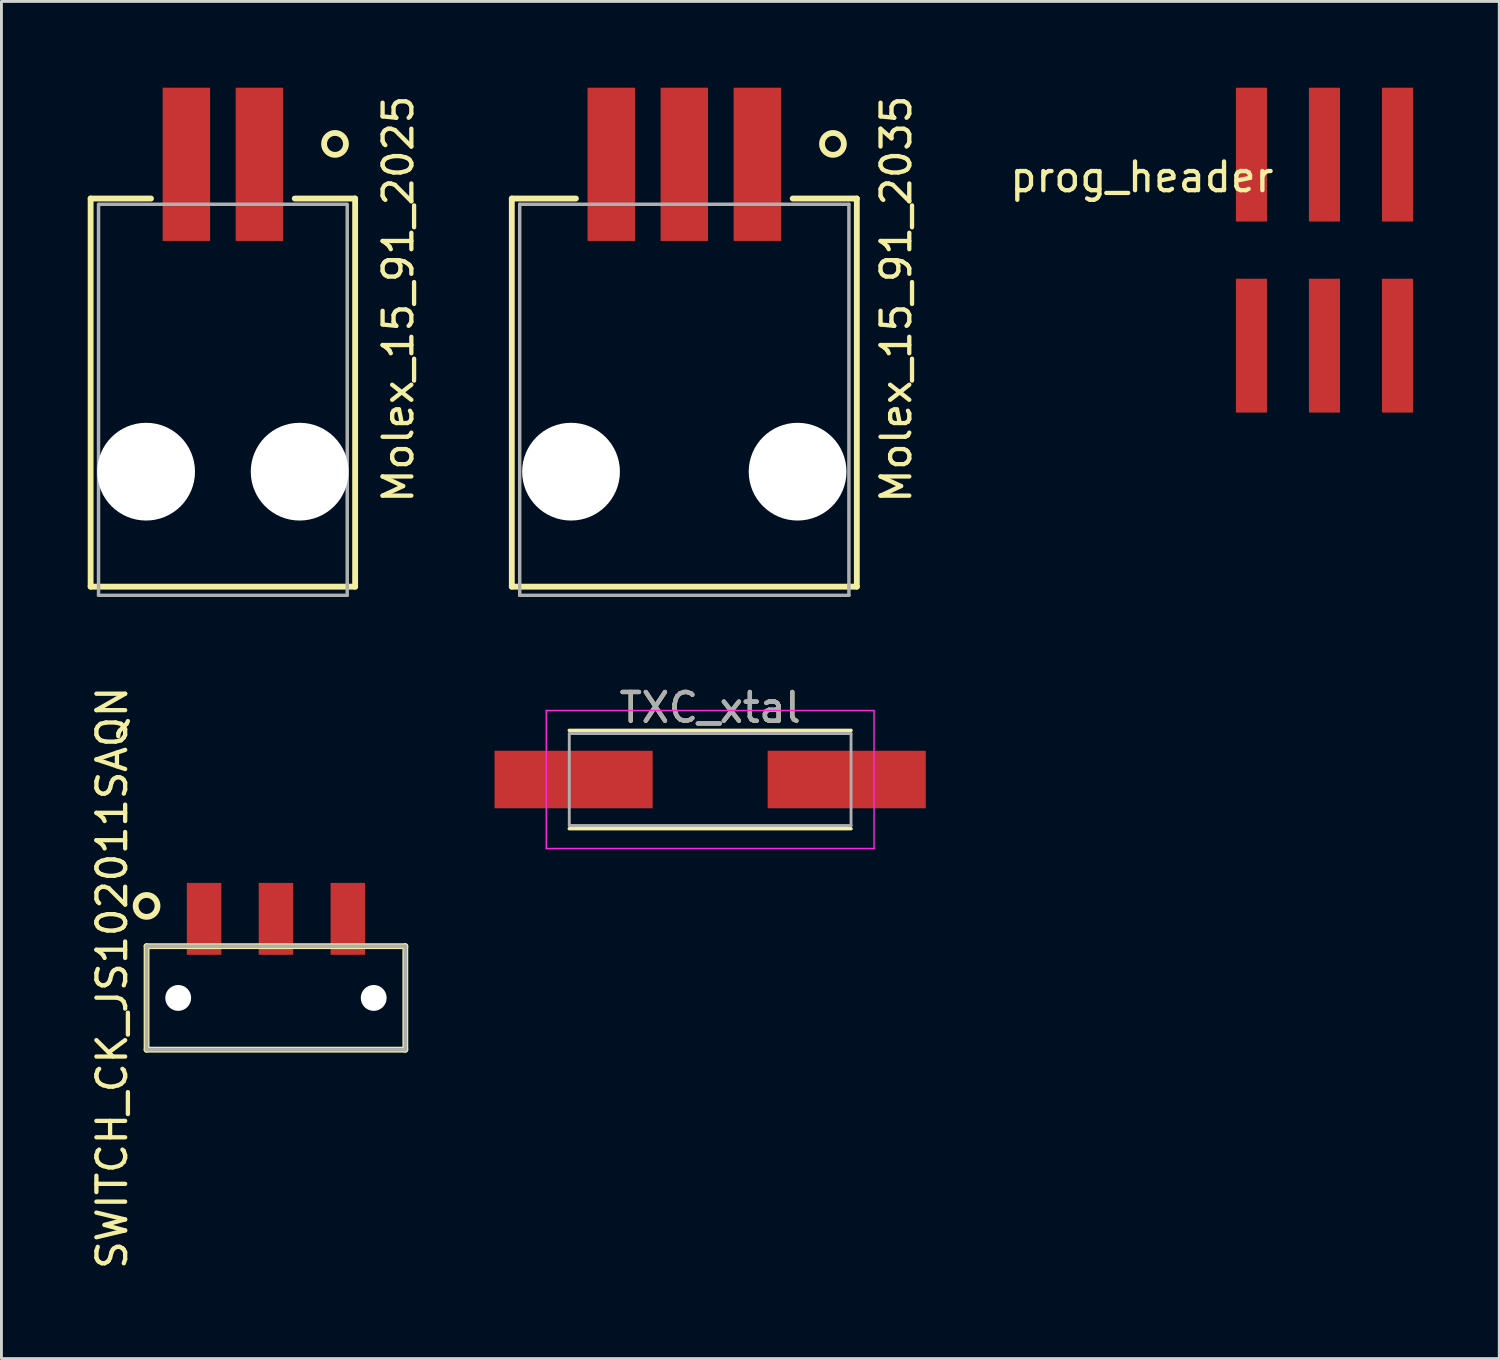
<source format=kicad_pcb>
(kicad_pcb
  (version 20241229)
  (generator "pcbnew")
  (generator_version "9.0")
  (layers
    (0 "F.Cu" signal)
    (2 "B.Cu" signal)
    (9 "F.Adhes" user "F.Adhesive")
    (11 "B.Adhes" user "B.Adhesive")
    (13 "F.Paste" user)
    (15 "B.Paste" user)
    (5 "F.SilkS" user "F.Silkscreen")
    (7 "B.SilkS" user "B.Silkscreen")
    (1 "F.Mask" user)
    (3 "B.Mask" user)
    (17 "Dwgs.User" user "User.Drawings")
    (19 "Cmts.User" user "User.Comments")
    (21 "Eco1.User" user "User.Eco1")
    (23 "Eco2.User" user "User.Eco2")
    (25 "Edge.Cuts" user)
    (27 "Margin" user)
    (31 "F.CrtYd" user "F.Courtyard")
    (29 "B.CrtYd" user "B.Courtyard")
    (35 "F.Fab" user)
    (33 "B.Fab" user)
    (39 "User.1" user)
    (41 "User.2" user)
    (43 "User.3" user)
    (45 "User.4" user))
  (footprint "SWITCH_CK_JS102011SAQN"
    (layer "F.Cu")
    (at 6.548 31.659)
    (property "Reference" "SWITCH_CK_JS102011SAQN" (at -5.7 -0.7 90) (layer "F.SilkS") (effects (font (size 1 1) (thickness 0.15))))
    (attr through_hole)
    (fp_line (start -4.5 -1.8) (end -4.5 1.8) (stroke (width 0.203) (type solid)) (layer "F.SilkS"))
    (fp_line (start -4.5 -1.8) (end 4.5 -1.8) (stroke (width 0.203) (type solid)) (layer "F.SilkS"))
    (fp_line (start 4.5 -1.8) (end 4.5 1.8) (stroke (width 0.203) (type solid)) (layer "F.SilkS"))
    (fp_line (start 4.5 1.8) (end -4.5 1.8) (stroke (width 0.203) (type solid)) (layer "F.SilkS"))
    (fp_circle (center -4.5 -3.2) (end -4.119 -3.2) (stroke (width 0.203) (type solid)) (fill no) (layer "F.SilkS"))
    (fp_line (start -4.5 -1.8) (end 4.5 -1.8) (stroke (width 0.12) (type solid)) (layer "F.Fab"))
    (fp_line (start -4.5 1.8) (end -4.5 -1.8) (stroke (width 0.12) (type solid)) (layer "F.Fab"))
    (fp_line (start -4.5 1.8) (end 4.5 1.8) (stroke (width 0.12) (type solid)) (layer "F.Fab"))
    (fp_line (start 4.5 1.8) (end 4.5 -1.8) (stroke (width 0.12) (type solid)) (layer "F.Fab"))
    (pad "" np_thru_hole circle (at -3.4 0) (size 0.9 0.9) (drill 0.9) (layers "*.Cu" "*.Mask"))
    (pad "" np_thru_hole circle (at 3.4 0) (size 0.9 0.9) (drill 0.9) (layers "*.Cu" "*.Mask"))
    (pad "1" smd rect (at -2.5 -2.75) (size 1.2 2.5) (layers "F.Cu" "F.Mask" "F.Paste"))
    (pad "2" smd rect (at 0 -2.75) (size 1.2 2.5) (layers "F.Cu" "F.Mask" "F.Paste"))
    (pad "3" smd rect (at 2.5 -2.75) (size 1.2 2.5) (layers "F.Cu" "F.Mask" "F.Paste")))
  (footprint "Molex_15_91_2025"
    (layer "F.Cu")
    (at 4.702 13.355)
    (property "Reference" "Molex_15_91_2025" (at 6.1 -6 90) (layer "F.SilkS") (effects (font (size 1 1) (thickness 0.15))))
    (attr through_hole)
    (fp_line (start -4.6 -9.5) (end -2.5 -9.5) (stroke (width 0.203) (type solid)) (layer "F.SilkS"))
    (fp_line (start -4.6 4) (end -4.6 -9.5) (stroke (width 0.203) (type solid)) (layer "F.SilkS"))
    (fp_line (start -4.6 4) (end 4.6 4) (stroke (width 0.203) (type solid)) (layer "F.SilkS"))
    (fp_line (start 4.6 -9.5) (end 2.5 -9.5) (stroke (width 0.203) (type solid)) (layer "F.SilkS"))
    (fp_line (start 4.6 4) (end 4.6 -9.5) (stroke (width 0.203) (type solid)) (layer "F.SilkS"))
    (fp_circle (center 3.9 -11.4) (end 4.281 -11.4) (stroke (width 0.203) (type solid)) (fill no) (layer "F.SilkS"))
    (fp_line (start -4.325 4.3) (end -4.325 -9.3) (stroke (width 0.12) (type solid)) (layer "F.Fab"))
    (fp_line (start -4.325 4.3) (end 4.325 4.3) (stroke (width 0.12) (type solid)) (layer "F.Fab"))
    (fp_line (start -4.3 -9.3) (end 4.3 -9.3) (stroke (width 0.12) (type solid)) (layer "F.Fab"))
    (fp_line (start 4.325 4.3) (end 4.325 -9.3) (stroke (width 0.12) (type solid)) (layer "F.Fab"))
    (pad "" np_thru_hole circle (at -2.67 0) (size 3.4 3.4) (drill 3.4) (layers "*.Cu" "*.Mask"))
    (pad "" np_thru_hole circle (at 2.67 0) (size 3.4 3.4) (drill 3.4) (layers "*.Cu" "*.Mask"))
    (pad "1" smd rect (at 1.27 -10.69) (size 1.65 5.33) (layers "F.Cu" "F.Mask" "F.Paste"))
    (pad "2" smd rect (at -1.27 -10.69) (size 1.65 5.33) (layers "F.Cu" "F.Mask" "F.Paste")))
  (footprint "TXC_xtal"
    (layer "F.Cu")
    (at 21.65 24.063)
    (property "Reference" "TXC_xtal" (at 0 -2.5 0) (layer "F.SilkS") (effects (font (size 1 1) (thickness 0.15))))
    (attr smd)
    (fp_line (start -4.9 -1.71) (end 4.9 -1.71) (stroke (width 0.12) (type solid)) (layer "F.SilkS"))
    (fp_line (start -4.9 1.71) (end 4.9 1.71) (stroke (width 0.12) (type solid)) (layer "F.SilkS"))
    (fp_line (start -5.7 -2.4) (end -5.7 2.4) (stroke (width 0.05) (type solid)) (layer "F.CrtYd"))
    (fp_line (start -5.7 -2.4) (end 5.7 -2.4) (stroke (width 0.05) (type solid)) (layer "F.CrtYd"))
    (fp_line (start 5.7 -2.4) (end 5.7 2.4) (stroke (width 0.05) (type solid)) (layer "F.CrtYd"))
    (fp_line (start 5.7 2.4) (end -5.7 2.4) (stroke (width 0.05) (type solid)) (layer "F.CrtYd"))
    (fp_line (start -4.9 -1.6) (end -4.9 1.6) (stroke (width 0.1) (type solid)) (layer "F.Fab"))
    (fp_line (start -4.9 -1.6) (end 4.9 -1.6) (stroke (width 0.1) (type solid)) (layer "F.Fab"))
    (fp_line (start -4.9 1.6) (end 4.9 1.6) (stroke (width 0.1) (type solid)) (layer "F.Fab"))
    (fp_line (start 4.9 -1.6) (end 4.9 1.6) (stroke (width 0.1) (type solid)) (layer "F.Fab"))
    (fp_text user "${REFERENCE}" (at 0 -2.5 0) (layer "F.Fab") (effects (font (size 1 1) (thickness 0.15))))
    (pad "1" smd rect (at -4.75 0) (size 5.5 2) (layers "F.Cu" "F.Mask" "F.Paste"))
    (pad "2" smd rect (at 4.75 0) (size 5.5 2) (layers "F.Cu" "F.Mask" "F.Paste")))
  (footprint "prog_header"
    (layer "F.Cu")
    (at 43.016 5.65)
    (property "Reference" "prog_header" (at -6.35 -2.54 0) (layer "F.SilkS") (effects (font (size 1 1) (thickness 0.15))))
    (attr through_hole)
    (pad "1" smd rect (at 2.54 -3.322) (size 1.08 4.655) (layers "F.Cu" "F.Mask" "F.Paste"))
    (pad "2" smd rect (at 2.54 3.322) (size 1.08 4.655) (layers "F.Cu" "F.Mask" "F.Paste"))
    (pad "3" smd rect (at 0 -3.322) (size 1.08 4.655) (layers "F.Cu" "F.Mask" "F.Paste"))
    (pad "4" smd rect (at 0 3.322) (size 1.08 4.655) (layers "F.Cu" "F.Mask" "F.Paste"))
    (pad "5" smd rect (at -2.54 -3.322) (size 1.08 4.655) (layers "F.Cu" "F.Mask" "F.Paste"))
    (pad "6" smd rect (at -2.54 3.322) (size 1.08 4.655) (layers "F.Cu" "F.Mask" "F.Paste")))
  (footprint "Molex_15_91_2035"
    (layer "F.Cu")
    (at 20.751 13.355)
    (property "Reference" "Molex_15_91_2035" (at 7.37 -6 90) (layer "F.SilkS") (effects (font (size 1 1) (thickness 0.15))))
    (attr through_hole)
    (fp_line (start -6 -9.5) (end -3.77 -9.5) (stroke (width 0.203) (type solid)) (layer "F.SilkS"))
    (fp_line (start -6 4) (end -6 -9.5) (stroke (width 0.203) (type solid)) (layer "F.SilkS"))
    (fp_line (start -6 4) (end 6 4) (stroke (width 0.203) (type solid)) (layer "F.SilkS"))
    (fp_line (start 6 -9.5) (end 3.77 -9.5) (stroke (width 0.203) (type solid)) (layer "F.SilkS"))
    (fp_line (start 6 4) (end 6 -9.5) (stroke (width 0.203) (type solid)) (layer "F.SilkS"))
    (fp_circle (center 5.17 -11.4) (end 5.551 -11.4) (stroke (width 0.203) (type solid)) (fill no) (layer "F.SilkS"))
    (fp_line (start -5.725 -9.3) (end 5.725 -9.3) (stroke (width 0.12) (type solid)) (layer "F.Fab"))
    (fp_line (start -5.725 4.3) (end -5.725 -9.3) (stroke (width 0.12) (type solid)) (layer "F.Fab"))
    (fp_line (start -5.725 4.3) (end 5.725 4.3) (stroke (width 0.12) (type solid)) (layer "F.Fab"))
    (fp_line (start 5.725 4.3) (end 5.725 -9.3) (stroke (width 0.12) (type solid)) (layer "F.Fab"))
    (pad "" np_thru_hole circle (at -3.94 0) (size 3.4 3.4) (drill 3.4) (layers "*.Cu" "*.Mask"))
    (pad "" np_thru_hole circle (at 3.94 0) (size 3.4 3.4) (drill 3.4) (layers "*.Cu" "*.Mask"))
    (pad "1" smd rect (at 2.54 -10.69) (size 1.65 5.33) (layers "F.Cu" "F.Mask" "F.Paste"))
    (pad "2" smd rect (at 0 -10.69) (size 1.65 5.33) (layers "F.Cu" "F.Mask" "F.Paste"))
    (pad "3" smd rect (at -2.54 -10.69) (size 1.65 5.33) (layers "F.Cu" "F.Mask" "F.Paste")))
  (gr_rect
    (start -3 -3)
    (end 49.096 44.203)
    (stroke (width 0.1) (type default))
    (fill no)
    (layer "Edge.Cuts")))
</source>
